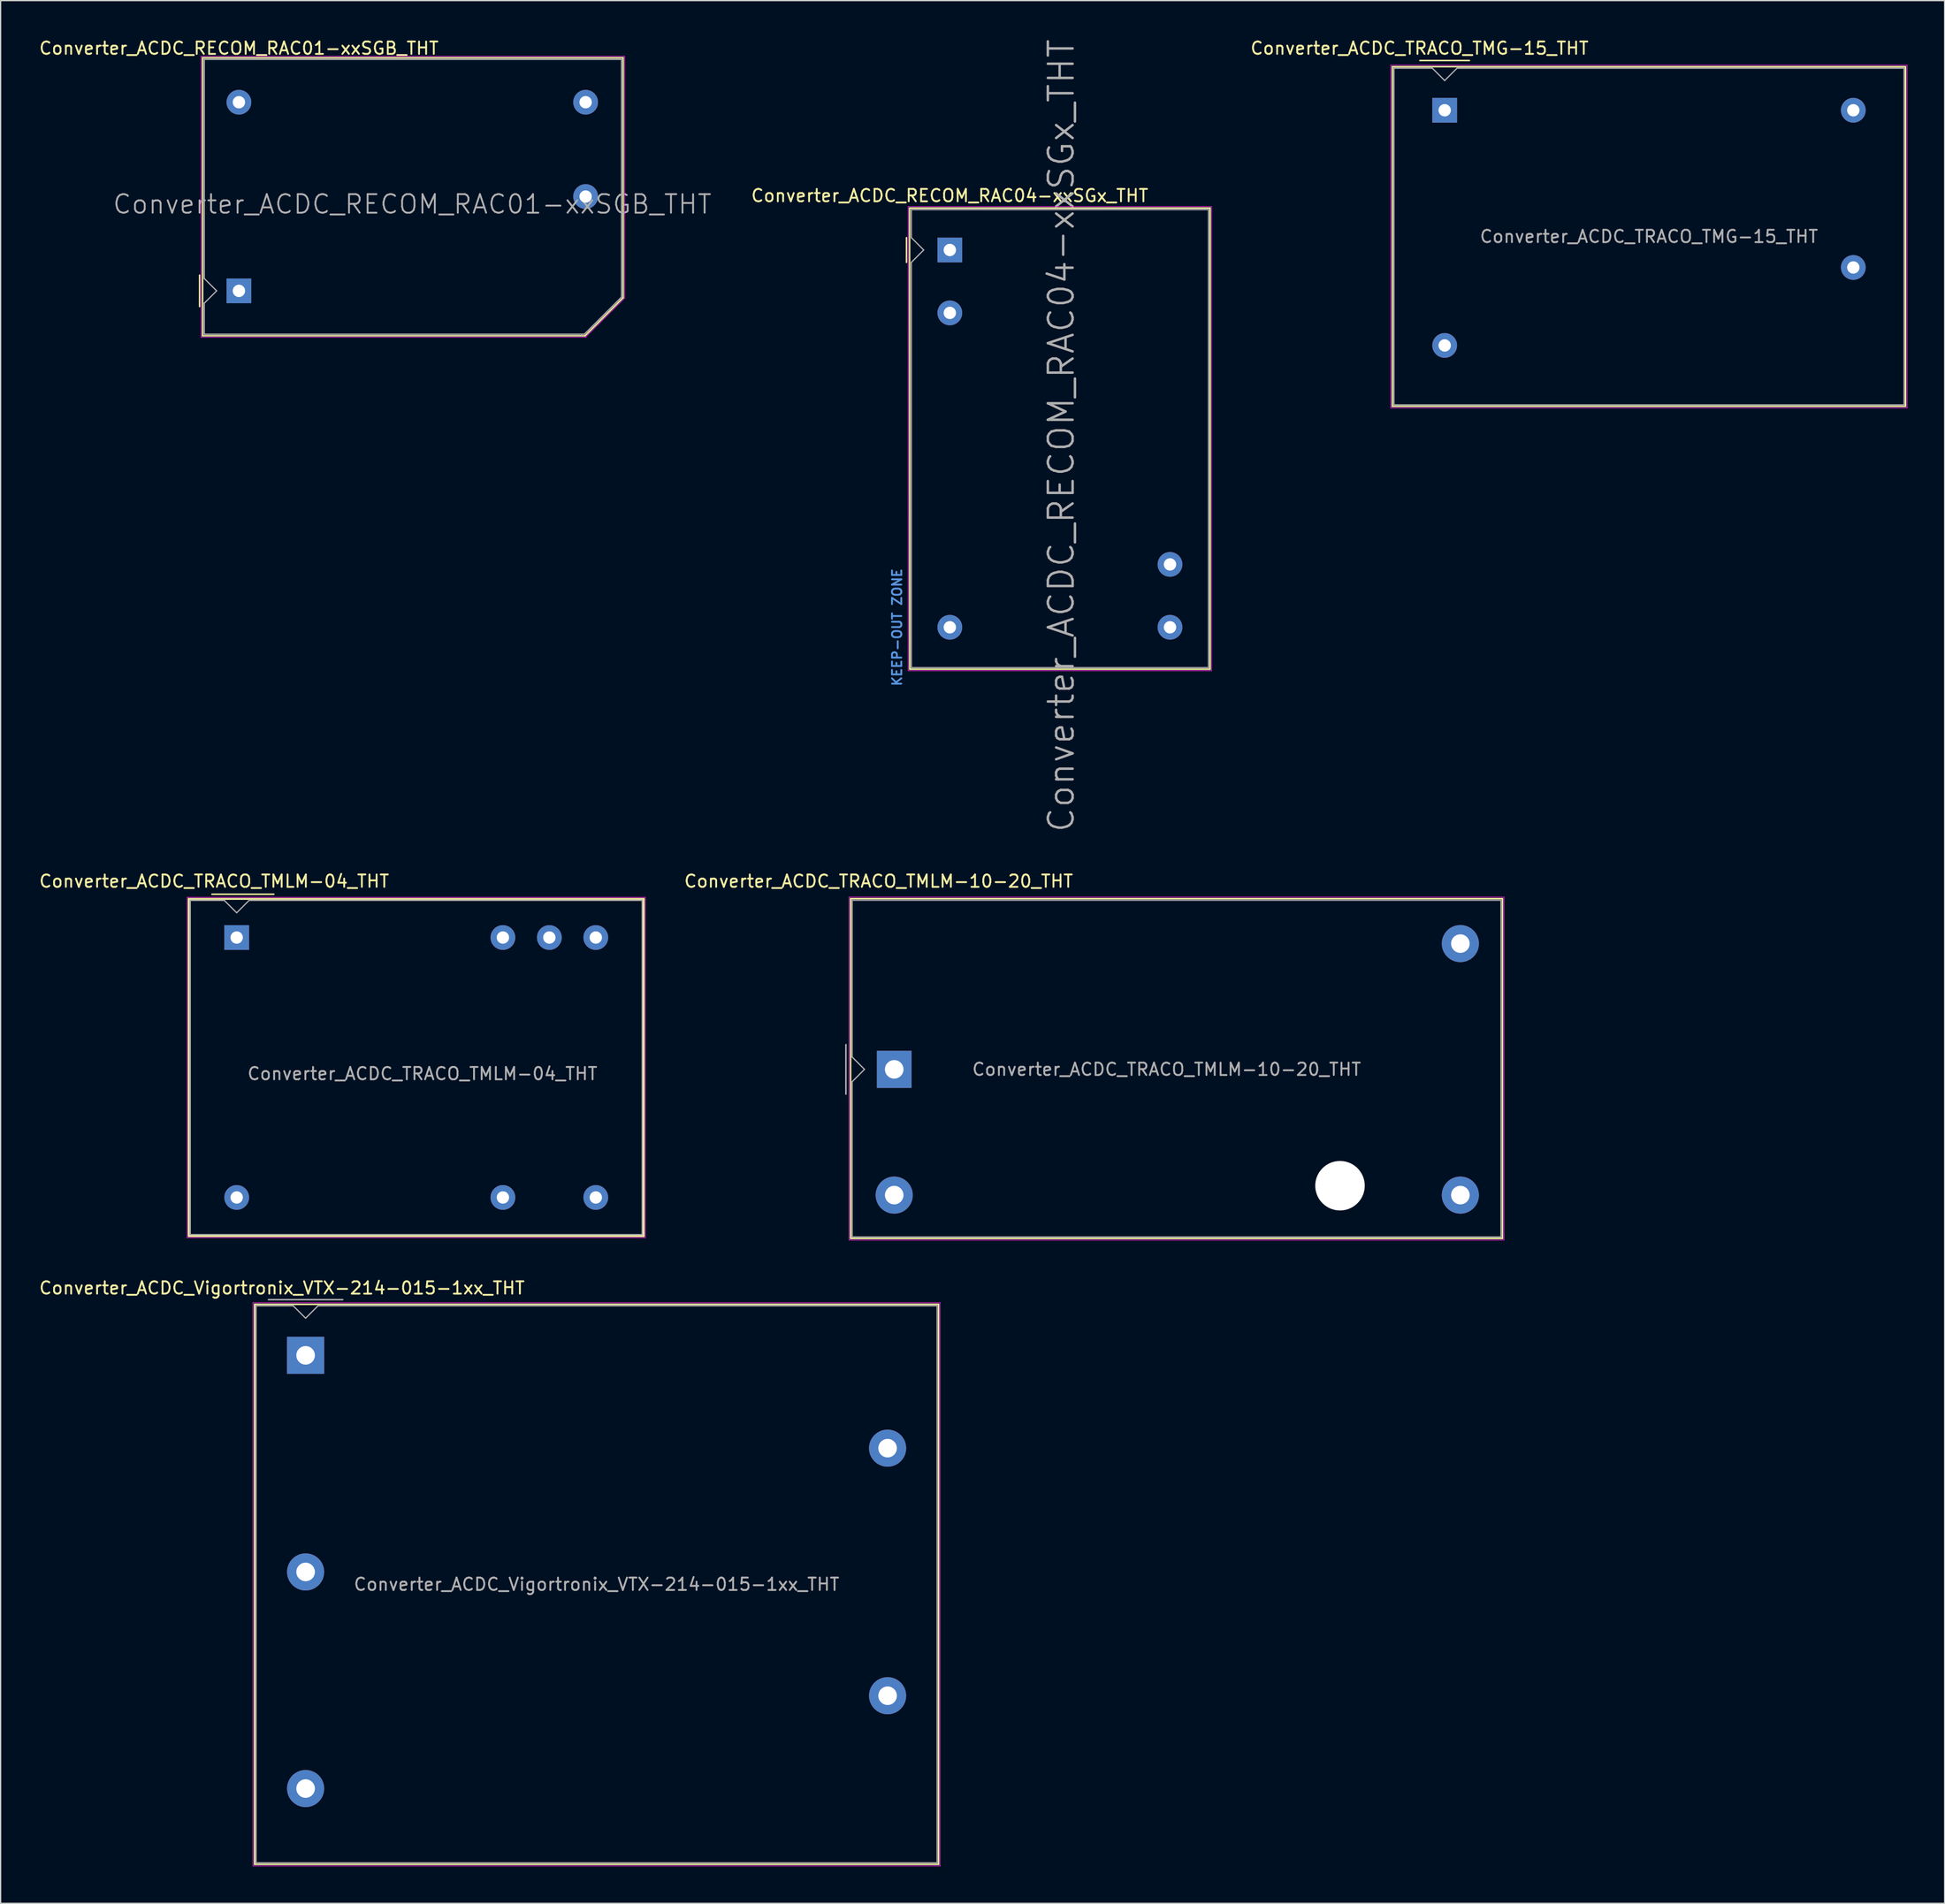
<source format=kicad_pcb>
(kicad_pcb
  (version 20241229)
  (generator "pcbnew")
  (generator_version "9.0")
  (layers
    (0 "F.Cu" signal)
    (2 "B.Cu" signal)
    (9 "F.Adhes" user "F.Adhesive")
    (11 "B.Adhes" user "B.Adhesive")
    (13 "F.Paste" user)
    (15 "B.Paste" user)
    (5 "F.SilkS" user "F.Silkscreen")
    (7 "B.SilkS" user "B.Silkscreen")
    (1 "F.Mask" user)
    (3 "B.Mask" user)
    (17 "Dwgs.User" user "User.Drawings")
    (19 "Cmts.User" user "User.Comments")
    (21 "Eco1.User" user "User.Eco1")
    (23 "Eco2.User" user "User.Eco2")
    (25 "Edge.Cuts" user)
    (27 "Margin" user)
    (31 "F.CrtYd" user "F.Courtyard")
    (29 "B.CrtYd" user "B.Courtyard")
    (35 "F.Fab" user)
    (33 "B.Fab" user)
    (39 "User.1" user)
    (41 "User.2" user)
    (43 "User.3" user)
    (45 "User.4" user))
  (footprint "Converter_ACDC_RECOM_RAC01-xxSGB_THT"
    (layer "F.Cu")
    (at 16.244 20.448)
    (property "Reference" "Converter_ACDC_RECOM_RAC01-xxSGB_THT" (at 0 -19.6 180) (layer "F.SilkS") (effects (font (size 1 1) (thickness 0.15))))
    (attr through_hole)
    (fp_line (start -3.175 -1.27) (end -3.175 1.27) (stroke (width 0.12) (type solid)) (layer "F.SilkS"))
    (fp_line (start -2.93 -18.83) (end 31.03 -18.83) (stroke (width 0.12) (type solid)) (layer "F.SilkS"))
    (fp_line (start -2.93 3.63) (end -2.93 -18.83) (stroke (width 0.12) (type solid)) (layer "F.SilkS"))
    (fp_line (start 27.95 3.63) (end -2.93 3.63) (stroke (width 0.12) (type solid)) (layer "F.SilkS"))
    (fp_line (start 27.95 3.63) (end 31.03 0.55) (stroke (width 0.12) (type solid)) (layer "F.SilkS"))
    (fp_line (start 31.03 0.55) (end 31.03 -18.83) (stroke (width 0.12) (type solid)) (layer "F.SilkS"))
    (fp_line (start -3.05 -18.95) (end 31.15 -18.95) (stroke (width 0.05) (type solid)) (layer "F.CrtYd"))
    (fp_line (start -3.05 3.75) (end -3.05 -18.95) (stroke (width 0.05) (type solid)) (layer "F.CrtYd"))
    (fp_line (start 27.99 3.75) (end -3.05 3.75) (stroke (width 0.05) (type solid)) (layer "F.CrtYd"))
    (fp_line (start 31.15 -18.95) (end 31.15 0.59) (stroke (width 0.05) (type solid)) (layer "F.CrtYd"))
    (fp_line (start 31.15 0.59) (end 27.99 3.75) (stroke (width 0.05) (type solid)) (layer "F.CrtYd"))
    (fp_line (start -2.8 -18.7) (end 30.9 -18.7) (stroke (width 0.1) (type solid)) (layer "F.Fab"))
    (fp_line (start -2.8 -1) (end -2.8 -18.7) (stroke (width 0.1) (type solid)) (layer "F.Fab"))
    (fp_line (start -2.8 -1) (end -1.8 0) (stroke (width 0.1) (type solid)) (layer "F.Fab"))
    (fp_line (start -2.8 1) (end -2.8 3.5) (stroke (width 0.1) (type solid)) (layer "F.Fab"))
    (fp_line (start -1.8 0) (end -2.8 1) (stroke (width 0.1) (type solid)) (layer "F.Fab"))
    (fp_line (start 27.9 3.5) (end -2.8 3.5) (stroke (width 0.1) (type solid)) (layer "F.Fab"))
    (fp_line (start 27.9 3.5) (end 30.9 0.5) (stroke (width 0.1) (type solid)) (layer "F.Fab"))
    (fp_line (start 30.9 0.5) (end 30.9 -18.7) (stroke (width 0.1) (type solid)) (layer "F.Fab"))
    (fp_text user "${REFERENCE}" (at 14 -7 0) (layer "F.Fab") (effects (font (size 1.5 1.5) (thickness 0.15))))
    (pad "1" thru_hole rect (at 0 0 180) (size 2 2) (drill 1) (layers "*.Cu" "*.Mask"))
    (pad "2" thru_hole circle (at 0 -15.24 180) (size 2 2) (drill 1) (layers "*.Cu" "*.Mask"))
    (pad "3" thru_hole circle (at 28 -15.24 180) (size 2 2) (drill 1) (layers "*.Cu" "*.Mask"))
    (pad "4" thru_hole circle (at 28 -7.62 180) (size 2 2) (drill 1) (layers "*.Cu" "*.Mask")))
  (footprint "Converter_ACDC_RECOM_RAC04-xxSGx_THT"
    (layer "F.Cu")
    (at 73.656 17.148)
    (property "Reference" "Converter_ACDC_RECOM_RAC04-xxSGx_THT" (at -0.01 -4.39 180) (layer "F.SilkS") (effects (font (size 1 1) (thickness 0.15))))
    (attr through_hole)
    (fp_line (start -3.5 1) (end -3.5 -1) (stroke (width 0.12) (type solid)) (layer "F.SilkS"))
    (fp_line (start -3.24 -3.39) (end 21.02 -3.39) (stroke (width 0.12) (type solid)) (layer "F.SilkS"))
    (fp_line (start -3.24 33.87) (end -3.25 -3.39) (stroke (width 0.12) (type solid)) (layer "F.SilkS"))
    (fp_line (start -3.24 33.87) (end 21.02 33.87) (stroke (width 0.12) (type solid)) (layer "F.SilkS"))
    (fp_line (start 21.02 -3.39) (end 21.02 33.87) (stroke (width 0.12) (type solid)) (layer "F.SilkS"))
    (fp_line (start -3.36 -3.51) (end -3.36 33.99) (stroke (width 0.05) (type solid)) (layer "F.CrtYd"))
    (fp_line (start -3.36 -3.51) (end 21.14 -3.51) (stroke (width 0.05) (type solid)) (layer "F.CrtYd"))
    (fp_line (start 21.14 -3.51) (end 21.14 33.99) (stroke (width 0.05) (type solid)) (layer "F.CrtYd"))
    (fp_line (start 21.14 33.99) (end -3.36 33.99) (stroke (width 0.05) (type solid)) (layer "F.CrtYd"))
    (fp_line (start -3.11 -3.26) (end 20.89 -3.26) (stroke (width 0.1) (type solid)) (layer "F.Fab"))
    (fp_line (start -3.11 -1) (end -3.11 -3.26) (stroke (width 0.1) (type solid)) (layer "F.Fab"))
    (fp_line (start -3.11 -1) (end -2.11 0) (stroke (width 0.1) (type solid)) (layer "F.Fab"))
    (fp_line (start -3.11 1) (end -2.11 0) (stroke (width 0.1) (type solid)) (layer "F.Fab"))
    (fp_line (start -3.11 33.74) (end -3.11 1) (stroke (width 0.1) (type solid)) (layer "F.Fab"))
    (fp_line (start -3.11 33.74) (end 20.89 33.74) (stroke (width 0.1) (type solid)) (layer "F.Fab"))
    (fp_line (start 20.89 -3.26) (end 20.89 33.74) (stroke (width 0.1) (type solid)) (layer "F.Fab"))
    (fp_text user "KEEP-OUT ZONE" (at -4.26 30.48 90) (layer "Cmts.User") (effects (font (size 0.75 0.75) (thickness 0.15))))
    (fp_text user "${REFERENCE}" (at 9 15 90) (layer "F.Fab") (effects (font (size 2 2) (thickness 0.2))))
    (pad "1" thru_hole rect (at 0 0 90) (size 2 2) (drill 1) (layers "*.Cu" "*.Mask"))
    (pad "2" thru_hole circle (at 0 5.08 90) (size 2 2) (drill 1) (layers "*.Cu" "*.Mask"))
    (pad "3" thru_hole circle (at 0 30.48 180) (size 2 2) (drill 1) (layers "*.Cu" "*.Mask"))
    (pad "4" thru_hole circle (at 17.78 30.48 90) (size 2 2) (drill 1) (layers "*.Cu" "*.Mask"))
    (pad "5" thru_hole circle (at 17.78 25.4 90) (size 2 2) (drill 1) (layers "*.Cu" "*.Mask"))
    (zone (net_name "") (layer "F.Cu") (hatch full 0.508) (connect_pads) (min_thickness 0.254) (filled_areas_thickness no) (keepout (tracks not_allowed) (vias allowed) (pads allowed) (copperpour not_allowed) (footprints not_allowed)) (placement (enabled no)) (fill) (polygon (pts (xy 68.576 52.708) (xy 78.736 52.708) (xy 78.736 42.548) (xy 68.576 42.548)))))
  (footprint "Converter_ACDC_TRACO_TMLM-04_THT"
    (layer "F.Cu")
    (at 16.064 72.693)
    (property "Reference" "Converter_ACDC_TRACO_TMLM-04_THT" (at -1.82 -4.55 0) (layer "F.SilkS") (effects (font (size 1 1) (thickness 0.15))))
    (attr through_hole)
    (fp_line (start -3.87 -3.12) (end -3.87 24.12) (stroke (width 0.15) (type solid)) (layer "F.SilkS"))
    (fp_line (start -3.87 -3.12) (end 32.87 -3.12) (stroke (width 0.15) (type solid)) (layer "F.SilkS"))
    (fp_line (start -3.87 24.12) (end 32.87 24.12) (stroke (width 0.15) (type solid)) (layer "F.SilkS"))
    (fp_line (start -2 -3.5) (end 3 -3.5) (stroke (width 0.12) (type solid)) (layer "F.SilkS"))
    (fp_line (start 32.87 -3.12) (end 32.87 24.12) (stroke (width 0.15) (type solid)) (layer "F.SilkS"))
    (fp_line (start -4 -3.25) (end -4 24.25) (stroke (width 0.05) (type solid)) (layer "F.CrtYd"))
    (fp_line (start -4 -3.25) (end 33 -3.25) (stroke (width 0.05) (type solid)) (layer "F.CrtYd"))
    (fp_line (start -4 24.25) (end 33 24.25) (stroke (width 0.05) (type solid)) (layer "F.CrtYd"))
    (fp_line (start 33 -3.25) (end 33 24.25) (stroke (width 0.05) (type solid)) (layer "F.CrtYd"))
    (fp_line (start -3.75 -3) (end -3.75 24) (stroke (width 0.1) (type solid)) (layer "F.Fab"))
    (fp_line (start -1 -3) (end -3.75 -3) (stroke (width 0.1) (type solid)) (layer "F.Fab"))
    (fp_line (start -1 -3) (end 0 -2) (stroke (width 0.1) (type solid)) (layer "F.Fab"))
    (fp_line (start 0 -2) (end 1 -3) (stroke (width 0.1) (type solid)) (layer "F.Fab"))
    (fp_line (start 1 -3) (end 32.75 -3) (stroke (width 0.1) (type solid)) (layer "F.Fab"))
    (fp_line (start 32.75 -3) (end 32.75 24) (stroke (width 0.1) (type solid)) (layer "F.Fab"))
    (fp_line (start 32.75 24) (end -3.75 24) (stroke (width 0.1) (type solid)) (layer "F.Fab"))
    (fp_text user "${REFERENCE}" (at 15 11 0) (layer "F.Fab") (effects (font (size 1 1) (thickness 0.15))))
    (pad "1" thru_hole rect (at 0 0) (size 2 2) (drill 1) (layers "*.Cu" "*.Mask"))
    (pad "2" thru_hole circle (at 21.5 0) (size 2 2) (drill 1) (layers "*.Cu" "*.Mask"))
    (pad "3" thru_hole circle (at 25.25 0) (size 2 2) (drill 1) (layers "*.Cu" "*.Mask"))
    (pad "4" thru_hole circle (at 29 0) (size 2 2) (drill 1) (layers "*.Cu" "*.Mask"))
    (pad "5" thru_hole circle (at 29 21) (size 2 2) (drill 1) (layers "*.Cu" "*.Mask"))
    (pad "6" thru_hole circle (at 21.5 21) (size 2 2) (drill 1) (layers "*.Cu" "*.Mask"))
    (pad "7" thru_hole circle (at 0 21) (size 2 2) (drill 1) (layers "*.Cu" "*.Mask")))
  (footprint "Converter_ACDC_TRACO_TMG-15_THT"
    (layer "F.Cu")
    (at 113.619 5.858)
    (property "Reference" "Converter_ACDC_TRACO_TMG-15_THT" (at -2.03 -5.01 0) (layer "F.SilkS") (effects (font (size 1 1) (thickness 0.15))))
    (attr through_hole)
    (fp_line (start -4.22 -3.52) (end 37.22 -3.52) (stroke (width 0.12) (type solid)) (layer "F.SilkS"))
    (fp_line (start -4.22 23.92) (end -4.22 -3.52) (stroke (width 0.12) (type solid)) (layer "F.SilkS"))
    (fp_line (start -2 -4.02) (end 2 -4.02) (stroke (width 0.12) (type solid)) (layer "F.SilkS"))
    (fp_line (start 37.22 -3.52) (end 37.22 23.92) (stroke (width 0.12) (type solid)) (layer "F.SilkS"))
    (fp_line (start 37.22 23.92) (end -4.22 23.92) (stroke (width 0.12) (type solid)) (layer "F.SilkS"))
    (fp_line (start -4.35 -3.65) (end 37.35 -3.65) (stroke (width 0.05) (type solid)) (layer "F.CrtYd"))
    (fp_line (start -4.35 24.05) (end -4.35 -3.65) (stroke (width 0.05) (type solid)) (layer "F.CrtYd"))
    (fp_line (start 37.35 -3.65) (end 37.35 24.05) (stroke (width 0.05) (type solid)) (layer "F.CrtYd"))
    (fp_line (start 37.35 24.05) (end -4.35 24.05) (stroke (width 0.05) (type solid)) (layer "F.CrtYd"))
    (fp_line (start -4.1 -3.4) (end -1 -3.4) (stroke (width 0.1) (type solid)) (layer "F.Fab"))
    (fp_line (start -4.1 23.8) (end -4.1 -3.4) (stroke (width 0.1) (type solid)) (layer "F.Fab"))
    (fp_line (start -1 -3.4) (end 0 -2.4) (stroke (width 0.1) (type solid)) (layer "F.Fab"))
    (fp_line (start 0 -2.4) (end 1 -3.4) (stroke (width 0.1) (type solid)) (layer "F.Fab"))
    (fp_line (start 1 -3.4) (end 37.1 -3.4) (stroke (width 0.1) (type solid)) (layer "F.Fab"))
    (fp_line (start 37.1 -3.4) (end 37.1 23.8) (stroke (width 0.1) (type solid)) (layer "F.Fab"))
    (fp_line (start 37.1 23.8) (end -4.1 23.8) (stroke (width 0.1) (type solid)) (layer "F.Fab"))
    (fp_text user "${REFERENCE}" (at 16.5 10.2 0) (layer "F.Fab") (effects (font (size 1 1) (thickness 0.15))))
    (pad "1" thru_hole rect (at 0 0) (size 2 2) (drill 1) (layers "*.Cu" "*.Mask"))
    (pad "2" thru_hole circle (at 0 19) (size 2 2) (drill 1) (layers "*.Cu" "*.Mask"))
    (pad "3" thru_hole circle (at 33 0) (size 2 2) (drill 1) (layers "*.Cu" "*.Mask"))
    (pad "4" thru_hole circle (at 33 12.7) (size 2 2) (drill 1) (layers "*.Cu" "*.Mask")))
  (footprint "Converter_ACDC_Vigortronix_VTX-214-015-1xx_THT"
    (layer "F.Cu")
    (at 21.63 106.447)
    (property "Reference" "Converter_ACDC_Vigortronix_VTX-214-015-1xx_THT" (at -1.91 -5.44 0) (layer "F.SilkS") (effects (font (size 1 1) (thickness 0.15))))
    (attr through_hole)
    (fp_line (start -4.12 -4.12) (end 51.12 -4.12) (stroke (width 0.12) (type solid)) (layer "F.SilkS"))
    (fp_line (start -4.12 41.12) (end -4.12 -4.12) (stroke (width 0.12) (type solid)) (layer "F.SilkS"))
    (fp_line (start 51.12 -4.12) (end 51.12 41.12) (stroke (width 0.12) (type solid)) (layer "F.SilkS"))
    (fp_line (start 51.12 41.12) (end -4.12 41.12) (stroke (width 0.12) (type solid)) (layer "F.SilkS"))
    (fp_line (start -4.25 -4.25) (end 51.25 -4.25) (stroke (width 0.05) (type solid)) (layer "F.CrtYd"))
    (fp_line (start -4.25 41.25) (end -4.25 -4.25) (stroke (width 0.05) (type solid)) (layer "F.CrtYd"))
    (fp_line (start 51.25 -4.25) (end 51.25 41.25) (stroke (width 0.05) (type solid)) (layer "F.CrtYd"))
    (fp_line (start 51.25 41.25) (end -4.25 41.25) (stroke (width 0.05) (type solid)) (layer "F.CrtYd"))
    (fp_line (start -4 -4) (end -1 -4) (stroke (width 0.1) (type solid)) (layer "F.Fab"))
    (fp_line (start -4 41) (end -4 -4) (stroke (width 0.1) (type solid)) (layer "F.Fab"))
    (fp_line (start -3 -4.5) (end 3 -4.5) (stroke (width 0.12) (type solid)) (layer "F.Fab"))
    (fp_line (start -1 -4) (end 0 -3) (stroke (width 0.1) (type solid)) (layer "F.Fab"))
    (fp_line (start 0 -3) (end 1 -4) (stroke (width 0.1) (type solid)) (layer "F.Fab"))
    (fp_line (start 1 -4) (end 51 -4) (stroke (width 0.1) (type solid)) (layer "F.Fab"))
    (fp_line (start 51 -4) (end 51 41) (stroke (width 0.1) (type solid)) (layer "F.Fab"))
    (fp_line (start 51 41) (end -4 41) (stroke (width 0.1) (type solid)) (layer "F.Fab"))
    (fp_text user "${REFERENCE}" (at 23.5 18.5 0) (layer "F.Fab") (effects (font (size 1 1) (thickness 0.15))))
    (pad "1" thru_hole rect (at 0 0) (size 3 3) (drill 1.5) (layers "*.Cu" "*.Mask"))
    (pad "2" thru_hole circle (at 0 17.5) (size 3 3) (drill 1.5) (layers "*.Cu" "*.Mask"))
    (pad "3" thru_hole circle (at 0 35) (size 3 3) (drill 1.5) (layers "*.Cu" "*.Mask"))
    (pad "4" thru_hole circle (at 47 27.5) (size 3 3) (drill 1.5) (layers "*.Cu" "*.Mask"))
    (pad "5" thru_hole circle (at 47 7.5) (size 3 3) (drill 1.5) (layers "*.Cu" "*.Mask")))
  (footprint "Converter_ACDC_TRACO_TMLM-10-20_THT"
    (layer "F.Cu")
    (at 69.165 83.343)
    (property "Reference" "Converter_ACDC_TRACO_TMLM-10-20_THT" (at -1.26 -15.2 0) (layer "F.SilkS") (effects (font (size 1 1) (thickness 0.15))))
    (attr through_hole)
    (fp_line (start -3.52 -13.79) (end 49.12 -13.79) (stroke (width 0.12) (type solid)) (layer "F.SilkS"))
    (fp_line (start -3.52 13.66) (end -3.52 -13.79) (stroke (width 0.12) (type solid)) (layer "F.SilkS"))
    (fp_line (start 49.12 -13.79) (end 49.12 13.66) (stroke (width 0.12) (type solid)) (layer "F.SilkS"))
    (fp_line (start 49.12 13.66) (end -3.52 13.66) (stroke (width 0.12) (type solid)) (layer "F.SilkS"))
    (fp_line (start -3.65 -13.92) (end -3.65 13.79) (stroke (width 0.05) (type solid)) (layer "F.CrtYd"))
    (fp_line (start -3.65 -13.92) (end 49.25 -13.92) (stroke (width 0.05) (type solid)) (layer "F.CrtYd"))
    (fp_line (start -3.65 13.79) (end 49.25 13.79) (stroke (width 0.05) (type solid)) (layer "F.CrtYd"))
    (fp_line (start 49.25 -13.92) (end 49.25 13.79) (stroke (width 0.05) (type solid)) (layer "F.CrtYd"))
    (fp_line (start -3.9 -2) (end -3.9 2) (stroke (width 0.12) (type solid)) (layer "F.Fab"))
    (fp_line (start -3.4 -13.66) (end 49 -13.66) (stroke (width 0.1) (type solid)) (layer "F.Fab"))
    (fp_line (start -3.4 -1) (end -3.4 -13.66) (stroke (width 0.1) (type solid)) (layer "F.Fab"))
    (fp_line (start -3.4 13.54) (end -3.4 1) (stroke (width 0.1) (type solid)) (layer "F.Fab"))
    (fp_line (start -2.4 0) (end -3.4 -1) (stroke (width 0.1) (type solid)) (layer "F.Fab"))
    (fp_line (start -2.4 0) (end -3.4 1) (stroke (width 0.1) (type solid)) (layer "F.Fab"))
    (fp_line (start 49 -13.66) (end 49 13.54) (stroke (width 0.1) (type solid)) (layer "F.Fab"))
    (fp_line (start 49 13.54) (end -3.4 13.54) (stroke (width 0.1) (type solid)) (layer "F.Fab"))
    (fp_text user "${REFERENCE}" (at 22 0 0) (layer "F.Fab") (effects (font (size 1 1) (thickness 0.15))))
    (pad "" np_thru_hole circle (at 36 9.4) (size 4 4) (drill 4) (layers "*.Cu" "*.Mask"))
    (pad "1" thru_hole rect (at 0 0) (size 2.8 3) (drill 1.5) (layers "*.Cu" "*.Mask"))
    (pad "2" thru_hole circle (at 0 10.16) (size 3 3) (drill 1.5) (layers "*.Cu" "*.Mask"))
    (pad "3" thru_hole circle (at 45.72 10.16) (size 3 3) (drill 1.5) (layers "*.Cu" "*.Mask"))
    (pad "4" thru_hole circle (at 45.72 -10.16) (size 3 3) (drill 1.5) (layers "*.Cu" "*.Mask")))
  (gr_rect
    (start -3 -3)
    (end 153.994 150.722)
    (stroke (width 0.1) (type default))
    (fill no)
    (layer "Edge.Cuts")))
</source>
